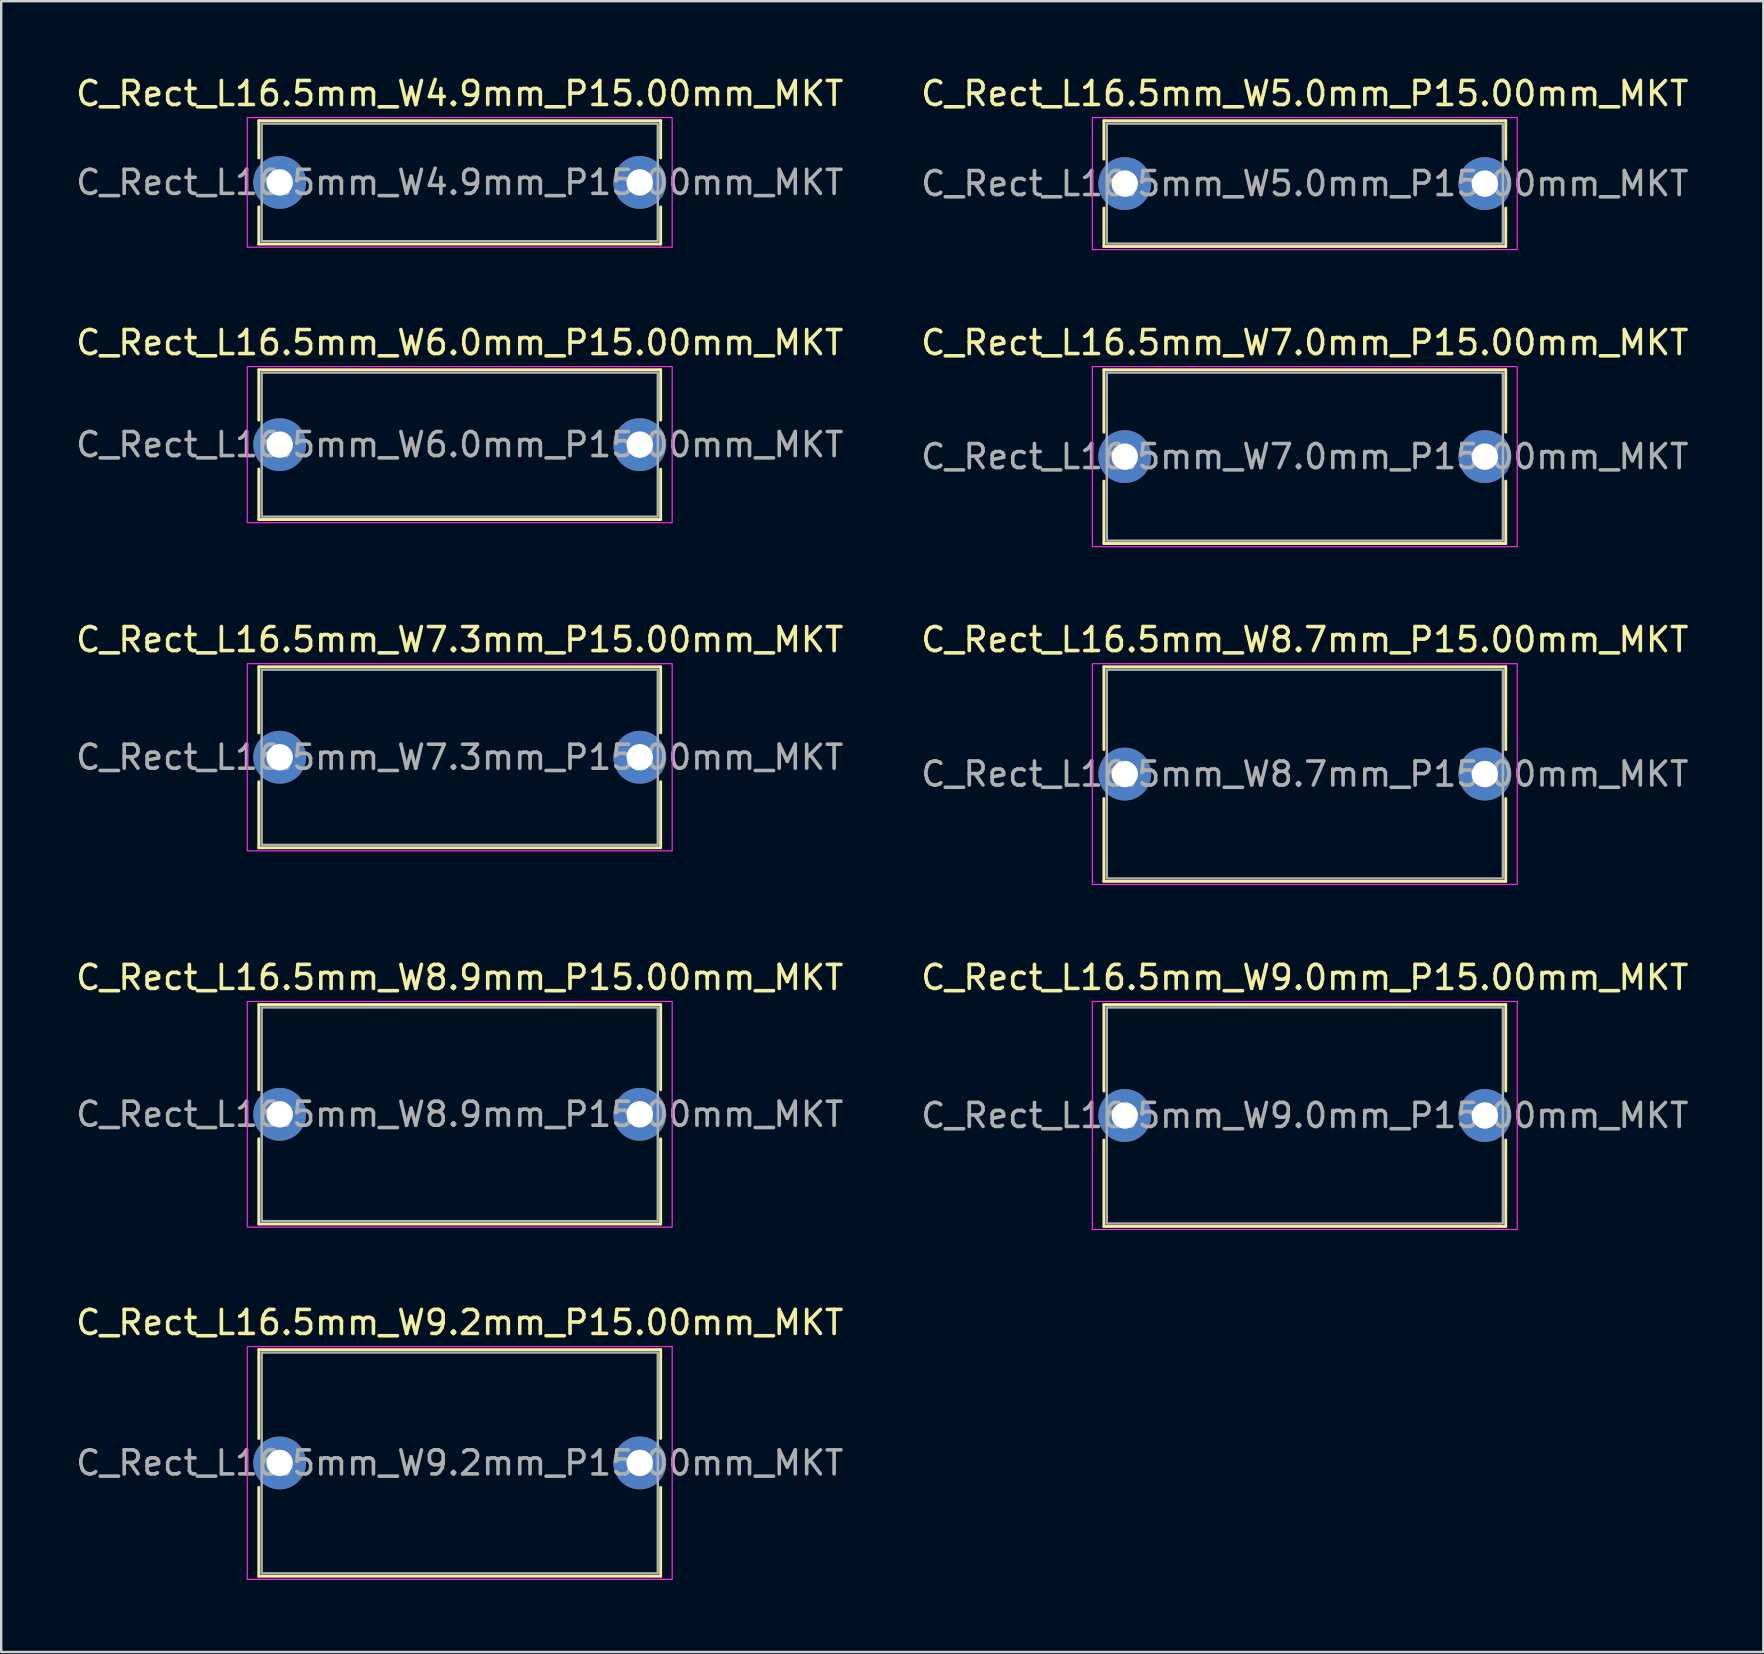
<source format=kicad_pcb>
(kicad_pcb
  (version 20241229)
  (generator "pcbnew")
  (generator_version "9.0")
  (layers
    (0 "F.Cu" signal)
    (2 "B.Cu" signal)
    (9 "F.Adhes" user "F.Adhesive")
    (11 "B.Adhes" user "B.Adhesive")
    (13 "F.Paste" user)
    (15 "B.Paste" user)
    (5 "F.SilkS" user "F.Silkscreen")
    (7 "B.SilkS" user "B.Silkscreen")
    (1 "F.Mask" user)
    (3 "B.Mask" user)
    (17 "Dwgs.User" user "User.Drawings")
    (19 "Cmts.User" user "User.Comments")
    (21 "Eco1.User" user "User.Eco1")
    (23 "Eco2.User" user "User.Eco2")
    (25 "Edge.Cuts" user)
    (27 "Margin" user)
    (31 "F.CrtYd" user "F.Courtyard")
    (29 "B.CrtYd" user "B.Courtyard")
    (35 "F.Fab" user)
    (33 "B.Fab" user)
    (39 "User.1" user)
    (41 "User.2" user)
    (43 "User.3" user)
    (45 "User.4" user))
  (footprint "C_Rect_L16.5mm_W8.9mm_P15.00mm_MKT"
    (layer "F.Cu")
    (at 8.601 43.368)
    (property "Reference" "C_Rect_L16.5mm_W8.9mm_P15.00mm_MKT" (at 7.5 -5.7 0) (layer "F.SilkS") (effects (font (size 1 1) (thickness 0.15))))
    (attr through_hole)
    (fp_line (start -0.87 -4.57) (end 15.87 -4.57) (stroke (width 0.12) (type solid)) (layer "F.SilkS"))
    (fp_line (start -0.87 -1.019) (end -0.87 -4.57) (stroke (width 0.12) (type solid)) (layer "F.SilkS"))
    (fp_line (start -0.87 4.57) (end -0.87 1.019) (stroke (width 0.12) (type solid)) (layer "F.SilkS"))
    (fp_line (start 15.87 -4.57) (end 15.87 -1.019) (stroke (width 0.12) (type solid)) (layer "F.SilkS"))
    (fp_line (start 15.87 1.019) (end 15.87 4.57) (stroke (width 0.12) (type solid)) (layer "F.SilkS"))
    (fp_line (start 15.87 4.57) (end -0.87 4.57) (stroke (width 0.12) (type solid)) (layer "F.SilkS"))
    (fp_rect (start -1.35 -4.7) (end 16.35 4.7) (stroke (width 0.05) (type solid)) (fill no) (layer "F.CrtYd"))
    (fp_rect (start -0.75 -4.45) (end 15.75 4.45) (stroke (width 0.1) (type solid)) (fill no) (layer "F.Fab"))
    (fp_text user "${REFERENCE}" (at 7.5 0 0) (layer "F.Fab") (effects (font (size 1 1) (thickness 0.15))))
    (pad "1" thru_hole circle (at 0 0) (size 2.2 2.2) (drill 1.1) (layers "*.Cu" "*.Mask"))
    (pad "2" thru_hole circle (at 15 0) (size 2.2 2.2) (drill 1.1) (layers "*.Cu" "*.Mask")))
  (footprint "C_Rect_L16.5mm_W9.2mm_P15.00mm_MKT"
    (layer "F.Cu")
    (at 8.601 57.891)
    (property "Reference" "C_Rect_L16.5mm_W9.2mm_P15.00mm_MKT" (at 7.5 -5.85 0) (layer "F.SilkS") (effects (font (size 1 1) (thickness 0.15))))
    (attr through_hole)
    (fp_line (start -0.87 -4.72) (end 15.87 -4.72) (stroke (width 0.12) (type solid)) (layer "F.SilkS"))
    (fp_line (start -0.87 -1.019) (end -0.87 -4.72) (stroke (width 0.12) (type solid)) (layer "F.SilkS"))
    (fp_line (start -0.87 4.72) (end -0.87 1.019) (stroke (width 0.12) (type solid)) (layer "F.SilkS"))
    (fp_line (start 15.87 -4.72) (end 15.87 -1.019) (stroke (width 0.12) (type solid)) (layer "F.SilkS"))
    (fp_line (start 15.87 1.019) (end 15.87 4.72) (stroke (width 0.12) (type solid)) (layer "F.SilkS"))
    (fp_line (start 15.87 4.72) (end -0.87 4.72) (stroke (width 0.12) (type solid)) (layer "F.SilkS"))
    (fp_rect (start -1.35 -4.85) (end 16.35 4.85) (stroke (width 0.05) (type solid)) (fill no) (layer "F.CrtYd"))
    (fp_rect (start -0.75 -4.6) (end 15.75 4.6) (stroke (width 0.1) (type solid)) (fill no) (layer "F.Fab"))
    (fp_text user "${REFERENCE}" (at 7.5 0 0) (layer "F.Fab") (effects (font (size 1 1) (thickness 0.15))))
    (pad "1" thru_hole circle (at 0 0) (size 2.2 2.2) (drill 1.1) (layers "*.Cu" "*.Mask"))
    (pad "2" thru_hole circle (at 15 0) (size 2.2 2.2) (drill 1.1) (layers "*.Cu" "*.Mask")))
  (footprint "C_Rect_L16.5mm_W6.0mm_P15.00mm_MKT"
    (layer "F.Cu")
    (at 8.601 15.472)
    (property "Reference" "C_Rect_L16.5mm_W6.0mm_P15.00mm_MKT" (at 7.5 -4.25 0) (layer "F.SilkS") (effects (font (size 1 1) (thickness 0.15))))
    (attr through_hole)
    (fp_line (start -0.87 -3.12) (end 15.87 -3.12) (stroke (width 0.12) (type solid)) (layer "F.SilkS"))
    (fp_line (start -0.87 -1.019) (end -0.87 -3.12) (stroke (width 0.12) (type solid)) (layer "F.SilkS"))
    (fp_line (start -0.87 3.12) (end -0.87 1.019) (stroke (width 0.12) (type solid)) (layer "F.SilkS"))
    (fp_line (start 15.87 -3.12) (end 15.87 -1.019) (stroke (width 0.12) (type solid)) (layer "F.SilkS"))
    (fp_line (start 15.87 1.019) (end 15.87 3.12) (stroke (width 0.12) (type solid)) (layer "F.SilkS"))
    (fp_line (start 15.87 3.12) (end -0.87 3.12) (stroke (width 0.12) (type solid)) (layer "F.SilkS"))
    (fp_rect (start -1.35 -3.25) (end 16.35 3.25) (stroke (width 0.05) (type solid)) (fill no) (layer "F.CrtYd"))
    (fp_rect (start -0.75 -3) (end 15.75 3) (stroke (width 0.1) (type solid)) (fill no) (layer "F.Fab"))
    (fp_text user "${REFERENCE}" (at 7.5 0 0) (layer "F.Fab") (effects (font (size 1 1) (thickness 0.15))))
    (pad "1" thru_hole circle (at 0 0) (size 2.2 2.2) (drill 1.1) (layers "*.Cu" "*.Mask"))
    (pad "2" thru_hole circle (at 15 0) (size 2.2 2.2) (drill 1.1) (layers "*.Cu" "*.Mask")))
  (footprint "C_Rect_L16.5mm_W7.3mm_P15.00mm_MKT"
    (layer "F.Cu")
    (at 8.601 28.495)
    (property "Reference" "C_Rect_L16.5mm_W7.3mm_P15.00mm_MKT" (at 7.5 -4.9 0) (layer "F.SilkS") (effects (font (size 1 1) (thickness 0.15))))
    (attr through_hole)
    (fp_line (start -0.87 -3.77) (end 15.87 -3.77) (stroke (width 0.12) (type solid)) (layer "F.SilkS"))
    (fp_line (start -0.87 -1.019) (end -0.87 -3.77) (stroke (width 0.12) (type solid)) (layer "F.SilkS"))
    (fp_line (start -0.87 3.77) (end -0.87 1.019) (stroke (width 0.12) (type solid)) (layer "F.SilkS"))
    (fp_line (start 15.87 -3.77) (end 15.87 -1.019) (stroke (width 0.12) (type solid)) (layer "F.SilkS"))
    (fp_line (start 15.87 1.019) (end 15.87 3.77) (stroke (width 0.12) (type solid)) (layer "F.SilkS"))
    (fp_line (start 15.87 3.77) (end -0.87 3.77) (stroke (width 0.12) (type solid)) (layer "F.SilkS"))
    (fp_rect (start -1.35 -3.9) (end 16.35 3.9) (stroke (width 0.05) (type solid)) (fill no) (layer "F.CrtYd"))
    (fp_rect (start -0.75 -3.65) (end 15.75 3.65) (stroke (width 0.1) (type solid)) (fill no) (layer "F.Fab"))
    (fp_text user "${REFERENCE}" (at 7.5 0 0) (layer "F.Fab") (effects (font (size 1 1) (thickness 0.15))))
    (pad "1" thru_hole circle (at 0 0) (size 2.2 2.2) (drill 1.1) (layers "*.Cu" "*.Mask"))
    (pad "2" thru_hole circle (at 15 0) (size 2.2 2.2) (drill 1.1) (layers "*.Cu" "*.Mask")))
  (footprint "C_Rect_L16.5mm_W7.0mm_P15.00mm_MKT"
    (layer "F.Cu")
    (at 43.804 15.972)
    (property "Reference" "C_Rect_L16.5mm_W7.0mm_P15.00mm_MKT" (at 7.5 -4.75 0) (layer "F.SilkS") (effects (font (size 1 1) (thickness 0.15))))
    (attr through_hole)
    (fp_line (start -0.87 -3.62) (end 15.87 -3.62) (stroke (width 0.12) (type solid)) (layer "F.SilkS"))
    (fp_line (start -0.87 -1.019) (end -0.87 -3.62) (stroke (width 0.12) (type solid)) (layer "F.SilkS"))
    (fp_line (start -0.87 3.62) (end -0.87 1.019) (stroke (width 0.12) (type solid)) (layer "F.SilkS"))
    (fp_line (start 15.87 -3.62) (end 15.87 -1.019) (stroke (width 0.12) (type solid)) (layer "F.SilkS"))
    (fp_line (start 15.87 1.019) (end 15.87 3.62) (stroke (width 0.12) (type solid)) (layer "F.SilkS"))
    (fp_line (start 15.87 3.62) (end -0.87 3.62) (stroke (width 0.12) (type solid)) (layer "F.SilkS"))
    (fp_rect (start -1.35 -3.75) (end 16.35 3.75) (stroke (width 0.05) (type solid)) (fill no) (layer "F.CrtYd"))
    (fp_rect (start -0.75 -3.5) (end 15.75 3.5) (stroke (width 0.1) (type solid)) (fill no) (layer "F.Fab"))
    (fp_text user "${REFERENCE}" (at 7.5 0 0) (layer "F.Fab") (effects (font (size 1 1) (thickness 0.15))))
    (pad "1" thru_hole circle (at 0 0) (size 2.2 2.2) (drill 1.1) (layers "*.Cu" "*.Mask"))
    (pad "2" thru_hole circle (at 15 0) (size 2.2 2.2) (drill 1.1) (layers "*.Cu" "*.Mask")))
  (footprint "C_Rect_L16.5mm_W9.0mm_P15.00mm_MKT"
    (layer "F.Cu")
    (at 43.804 43.418)
    (property "Reference" "C_Rect_L16.5mm_W9.0mm_P15.00mm_MKT" (at 7.5 -5.75 0) (layer "F.SilkS") (effects (font (size 1 1) (thickness 0.15))))
    (attr through_hole)
    (fp_line (start -0.87 -4.62) (end 15.87 -4.62) (stroke (width 0.12) (type solid)) (layer "F.SilkS"))
    (fp_line (start -0.87 -1.019) (end -0.87 -4.62) (stroke (width 0.12) (type solid)) (layer "F.SilkS"))
    (fp_line (start -0.87 4.62) (end -0.87 1.019) (stroke (width 0.12) (type solid)) (layer "F.SilkS"))
    (fp_line (start 15.87 -4.62) (end 15.87 -1.019) (stroke (width 0.12) (type solid)) (layer "F.SilkS"))
    (fp_line (start 15.87 1.019) (end 15.87 4.62) (stroke (width 0.12) (type solid)) (layer "F.SilkS"))
    (fp_line (start 15.87 4.62) (end -0.87 4.62) (stroke (width 0.12) (type solid)) (layer "F.SilkS"))
    (fp_rect (start -1.35 -4.75) (end 16.35 4.75) (stroke (width 0.05) (type solid)) (fill no) (layer "F.CrtYd"))
    (fp_rect (start -0.75 -4.5) (end 15.75 4.5) (stroke (width 0.1) (type solid)) (fill no) (layer "F.Fab"))
    (fp_text user "${REFERENCE}" (at 7.5 0 0) (layer "F.Fab") (effects (font (size 1 1) (thickness 0.15))))
    (pad "1" thru_hole circle (at 0 0) (size 2.2 2.2) (drill 1.1) (layers "*.Cu" "*.Mask"))
    (pad "2" thru_hole circle (at 15 0) (size 2.2 2.2) (drill 1.1) (layers "*.Cu" "*.Mask")))
  (footprint "C_Rect_L16.5mm_W4.9mm_P15.00mm_MKT"
    (layer "F.Cu")
    (at 8.601 4.548)
    (property "Reference" "C_Rect_L16.5mm_W4.9mm_P15.00mm_MKT" (at 7.5 -3.7 0) (layer "F.SilkS") (effects (font (size 1 1) (thickness 0.15))))
    (attr through_hole)
    (fp_line (start -0.87 -2.57) (end 15.87 -2.57) (stroke (width 0.12) (type solid)) (layer "F.SilkS"))
    (fp_line (start -0.87 -1.019) (end -0.87 -2.57) (stroke (width 0.12) (type solid)) (layer "F.SilkS"))
    (fp_line (start -0.87 2.57) (end -0.87 1.019) (stroke (width 0.12) (type solid)) (layer "F.SilkS"))
    (fp_line (start 15.87 -2.57) (end 15.87 -1.019) (stroke (width 0.12) (type solid)) (layer "F.SilkS"))
    (fp_line (start 15.87 1.019) (end 15.87 2.57) (stroke (width 0.12) (type solid)) (layer "F.SilkS"))
    (fp_line (start 15.87 2.57) (end -0.87 2.57) (stroke (width 0.12) (type solid)) (layer "F.SilkS"))
    (fp_rect (start -1.35 -2.7) (end 16.35 2.7) (stroke (width 0.05) (type solid)) (fill no) (layer "F.CrtYd"))
    (fp_rect (start -0.75 -2.45) (end 15.75 2.45) (stroke (width 0.1) (type solid)) (fill no) (layer "F.Fab"))
    (fp_text user "${REFERENCE}" (at 7.5 0 0) (layer "F.Fab") (effects (font (size 1 1) (thickness 0.15))))
    (pad "1" thru_hole circle (at 0 0) (size 2.2 2.2) (drill 1.1) (layers "*.Cu" "*.Mask"))
    (pad "2" thru_hole circle (at 15 0) (size 2.2 2.2) (drill 1.1) (layers "*.Cu" "*.Mask")))
  (footprint "C_Rect_L16.5mm_W5.0mm_P15.00mm_MKT"
    (layer "F.Cu")
    (at 43.804 4.598)
    (property "Reference" "C_Rect_L16.5mm_W5.0mm_P15.00mm_MKT" (at 7.5 -3.75 0) (layer "F.SilkS") (effects (font (size 1 1) (thickness 0.15))))
    (attr through_hole)
    (fp_line (start -0.87 -2.62) (end 15.87 -2.62) (stroke (width 0.12) (type solid)) (layer "F.SilkS"))
    (fp_line (start -0.87 -1.019) (end -0.87 -2.62) (stroke (width 0.12) (type solid)) (layer "F.SilkS"))
    (fp_line (start -0.87 2.62) (end -0.87 1.019) (stroke (width 0.12) (type solid)) (layer "F.SilkS"))
    (fp_line (start 15.87 -2.62) (end 15.87 -1.019) (stroke (width 0.12) (type solid)) (layer "F.SilkS"))
    (fp_line (start 15.87 1.019) (end 15.87 2.62) (stroke (width 0.12) (type solid)) (layer "F.SilkS"))
    (fp_line (start 15.87 2.62) (end -0.87 2.62) (stroke (width 0.12) (type solid)) (layer "F.SilkS"))
    (fp_rect (start -1.35 -2.75) (end 16.35 2.75) (stroke (width 0.05) (type solid)) (fill no) (layer "F.CrtYd"))
    (fp_rect (start -0.75 -2.5) (end 15.75 2.5) (stroke (width 0.1) (type solid)) (fill no) (layer "F.Fab"))
    (fp_text user "${REFERENCE}" (at 7.5 0 0) (layer "F.Fab") (effects (font (size 1 1) (thickness 0.15))))
    (pad "1" thru_hole circle (at 0 0) (size 2.2 2.2) (drill 1.1) (layers "*.Cu" "*.Mask"))
    (pad "2" thru_hole circle (at 15 0) (size 2.2 2.2) (drill 1.1) (layers "*.Cu" "*.Mask")))
  (footprint "C_Rect_L16.5mm_W8.7mm_P15.00mm_MKT"
    (layer "F.Cu")
    (at 43.804 29.195)
    (property "Reference" "C_Rect_L16.5mm_W8.7mm_P15.00mm_MKT" (at 7.5 -5.6 0) (layer "F.SilkS") (effects (font (size 1 1) (thickness 0.15))))
    (attr through_hole)
    (fp_line (start -0.87 -4.47) (end 15.87 -4.47) (stroke (width 0.12) (type solid)) (layer "F.SilkS"))
    (fp_line (start -0.87 -1.019) (end -0.87 -4.47) (stroke (width 0.12) (type solid)) (layer "F.SilkS"))
    (fp_line (start -0.87 4.47) (end -0.87 1.019) (stroke (width 0.12) (type solid)) (layer "F.SilkS"))
    (fp_line (start 15.87 -4.47) (end 15.87 -1.019) (stroke (width 0.12) (type solid)) (layer "F.SilkS"))
    (fp_line (start 15.87 1.019) (end 15.87 4.47) (stroke (width 0.12) (type solid)) (layer "F.SilkS"))
    (fp_line (start 15.87 4.47) (end -0.87 4.47) (stroke (width 0.12) (type solid)) (layer "F.SilkS"))
    (fp_rect (start -1.35 -4.6) (end 16.35 4.6) (stroke (width 0.05) (type solid)) (fill no) (layer "F.CrtYd"))
    (fp_rect (start -0.75 -4.35) (end 15.75 4.35) (stroke (width 0.1) (type solid)) (fill no) (layer "F.Fab"))
    (fp_text user "${REFERENCE}" (at 7.5 0 0) (layer "F.Fab") (effects (font (size 1 1) (thickness 0.15))))
    (pad "1" thru_hole circle (at 0 0) (size 2.2 2.2) (drill 1.1) (layers "*.Cu" "*.Mask"))
    (pad "2" thru_hole circle (at 15 0) (size 2.2 2.2) (drill 1.1) (layers "*.Cu" "*.Mask")))
  (gr_rect
    (start -3 -3)
    (end 70.405 65.766)
    (stroke (width 0.1) (type default))
    (fill no)
    (layer "Edge.Cuts")))
</source>
